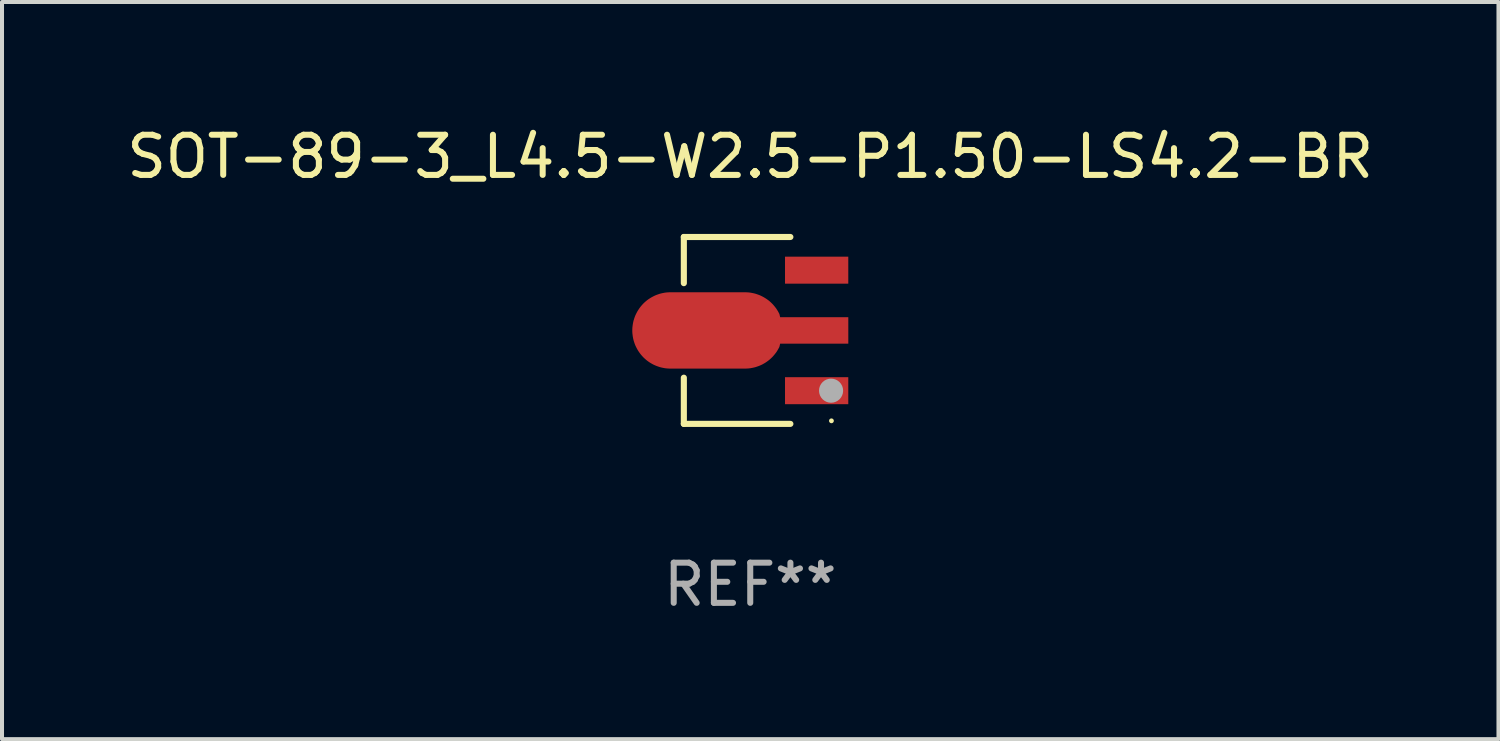
<source format=kicad_pcb>
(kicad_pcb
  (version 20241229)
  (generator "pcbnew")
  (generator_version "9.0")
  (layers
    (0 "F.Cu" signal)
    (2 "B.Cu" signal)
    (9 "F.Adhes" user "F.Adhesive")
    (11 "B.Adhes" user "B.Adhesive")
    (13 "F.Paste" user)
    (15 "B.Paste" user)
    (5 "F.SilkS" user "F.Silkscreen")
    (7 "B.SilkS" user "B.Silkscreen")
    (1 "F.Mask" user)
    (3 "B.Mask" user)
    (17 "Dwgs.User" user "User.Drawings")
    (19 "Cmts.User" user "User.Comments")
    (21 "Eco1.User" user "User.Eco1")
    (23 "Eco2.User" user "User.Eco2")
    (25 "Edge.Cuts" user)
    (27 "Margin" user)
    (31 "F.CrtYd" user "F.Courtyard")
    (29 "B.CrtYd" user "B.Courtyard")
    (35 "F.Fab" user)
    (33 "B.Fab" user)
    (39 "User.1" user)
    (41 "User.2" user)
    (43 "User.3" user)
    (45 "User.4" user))
  (footprint "SOT-89-3_L4.5-W2.5-P1.50-LS4.2-BR"
    (layer "F.Cu")
    (at 15.922 5.175)
    (property "Reference" "SOT-89-3_L4.5-W2.5-P1.50-LS4.2-BR" (at -0.297 -4.326 0) (layer "F.SilkS") (effects (font (size 1 1) (thickness 0.15))))
    (attr smd)
    (fp_line (start -1.95 -2.326) (end -1.95 -1.177) (stroke (width 0.152) (type solid)) (layer "F.SilkS"))
    (fp_line (start -1.95 2.326) (end -1.95 1.177) (stroke (width 0.152) (type solid)) (layer "F.SilkS"))
    (fp_line (start 0.702 -2.326) (end -1.95 -2.326) (stroke (width 0.152) (type solid)) (layer "F.SilkS"))
    (fp_line (start 0.702 2.326) (end -1.95 2.326) (stroke (width 0.152) (type solid)) (layer "F.SilkS"))
    (fp_circle (center 1.724 2.25) (end 1.754 2.25) (stroke (width 0.06) (type solid)) (fill no) (layer "F.SilkS"))
    (fp_circle (center 1.715 1.5) (end 1.865 1.5) (stroke (width 0.3) (type solid)) (fill no) (layer "F.Fab"))
    (fp_text user "REF**" (at -0.297 6.326 0) (layer "F.Fab") (effects (font (size 1 1) (thickness 0.15))))
    (pad "1" smd rect (at 1.356 1.5) (size 1.575 0.672) (layers "F.Cu" "F.Mask" "F.Paste"))
    (pad "2" smd custom (at -1.356 0.000127) (size 0.1 0.1) (layers "F.Cu" "F.Mask" "F.Paste") (options (anchor circle)) (primitives (gr_poly (pts (xy -0.927 -0.95) (xy 0.927 -0.95) (xy 0.972 -0.949) (xy 1.016 -0.946) (xy 1.06 -0.941) (xy 1.104 -0.933) (xy 1.148 -0.924) (xy 1.191 -0.913) (xy 1.233 -0.899) (xy 1.275 -0.884) (xy 1.316 -0.867) (xy 1.357 -0.847) (xy 1.396 -0.826) (xy 1.434 -0.803) (xy 1.471 -0.779) (xy 1.507 -0.753) (xy 1.542 -0.725) (xy 1.575 -0.695) (xy 1.607 -0.664) (xy 1.637 -0.631) (xy 1.666 -0.597) (xy 1.693 -0.562) (xy 1.719 -0.525) (xy 1.742 -0.488) (xy 1.764 -0.449) (xy 1.785 -0.409) (xy 1.803 -0.33) (xy 3.5 -0.33) (xy 3.5 0.33) (xy 1.803 0.33) (xy 1.785 0.409) (xy 1.764 0.449) (xy 1.742 0.488) (xy 1.719 0.526) (xy 1.693 0.562) (xy 1.666 0.597) (xy 1.637 0.631) (xy 1.607 0.664) (xy 1.575 0.695) (xy 1.542 0.725) (xy 1.507 0.753) (xy 1.471 0.779) (xy 1.434 0.804) (xy 1.396 0.826) (xy 1.357 0.848) (xy 1.316 0.867) (xy 1.275 0.884) (xy 1.233 0.899) (xy 1.191 0.913) (xy 1.148 0.924) (xy 1.104 0.933) (xy 1.06 0.941) (xy 1.016 0.946) (xy 0.972 0.949) (xy 0.927 0.95) (xy -0.927 0.95) (xy -0.972 0.949) (xy -1.016 0.946) (xy -1.06 0.941) (xy -1.104 0.933) (xy -1.148 0.924) (xy -1.191 0.913) (xy -1.233 0.899) (xy -1.275 0.884) (xy -1.316 0.867) (xy -1.356 0.848) (xy -1.396 0.826) (xy -1.434 0.804) (xy -1.471 0.779) (xy -1.507 0.753) (xy -1.541 0.725) (xy -1.575 0.695) (xy -1.607 0.664) (xy -1.637 0.631) (xy -1.666 0.597) (xy -1.693 0.562) (xy -1.718 0.526) (xy -1.742 0.488) (xy -1.764 0.449) (xy -1.784 0.409) (xy -1.803 0.369) (xy -1.819 0.327) (xy -1.833 0.285) (xy -1.846 0.242) (xy -1.856 0.199) (xy -1.864 0.155) (xy -1.87 0.111) (xy -1.875 0.067) (xy -1.877 0.022) (xy -1.877 -0.022) (xy -1.875 -0.067) (xy -1.87 -0.111) (xy -1.864 -0.155) (xy -1.856 -0.199) (xy -1.846 -0.242) (xy -1.833 -0.285) (xy -1.819 -0.327) (xy -1.803 -0.369) (xy -1.784 -0.409) (xy -1.764 -0.449) (xy -1.742 -0.488) (xy -1.718 -0.525) (xy -1.693 -0.562) (xy -1.666 -0.597) (xy -1.637 -0.631) (xy -1.607 -0.664) (xy -1.575 -0.695) (xy -1.541 -0.725) (xy -1.507 -0.753) (xy -1.471 -0.779) (xy -1.434 -0.803) (xy -1.396 -0.826) (xy -1.356 -0.847) (xy -1.316 -0.867) (xy -1.275 -0.884) (xy -1.233 -0.899) (xy -1.191 -0.913) (xy -1.148 -0.924) (xy -1.104 -0.933) (xy -1.06 -0.941) (xy -1.016 -0.946) (xy -0.972 -0.949) (xy -0.927 -0.95)) (width 0) (fill yes))))
    (pad "3" smd rect (at 1.356 -1.5) (size 1.575 0.672) (layers "F.Cu" "F.Mask" "F.Paste")))
  (gr_rect
    (start -3 -3)
    (end 34.25 15.349)
    (stroke (width 0.1) (type default))
    (fill no)
    (layer "Edge.Cuts")))
</source>
